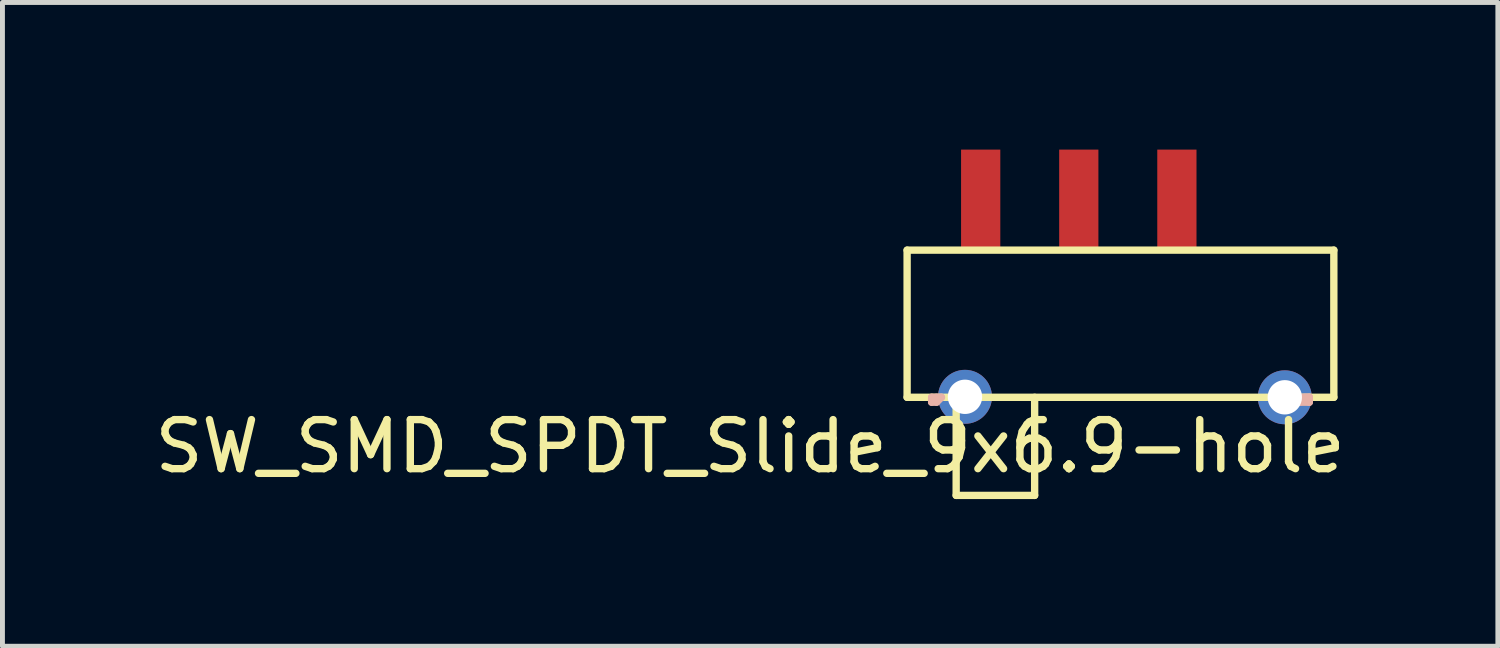
<source format=kicad_pcb>
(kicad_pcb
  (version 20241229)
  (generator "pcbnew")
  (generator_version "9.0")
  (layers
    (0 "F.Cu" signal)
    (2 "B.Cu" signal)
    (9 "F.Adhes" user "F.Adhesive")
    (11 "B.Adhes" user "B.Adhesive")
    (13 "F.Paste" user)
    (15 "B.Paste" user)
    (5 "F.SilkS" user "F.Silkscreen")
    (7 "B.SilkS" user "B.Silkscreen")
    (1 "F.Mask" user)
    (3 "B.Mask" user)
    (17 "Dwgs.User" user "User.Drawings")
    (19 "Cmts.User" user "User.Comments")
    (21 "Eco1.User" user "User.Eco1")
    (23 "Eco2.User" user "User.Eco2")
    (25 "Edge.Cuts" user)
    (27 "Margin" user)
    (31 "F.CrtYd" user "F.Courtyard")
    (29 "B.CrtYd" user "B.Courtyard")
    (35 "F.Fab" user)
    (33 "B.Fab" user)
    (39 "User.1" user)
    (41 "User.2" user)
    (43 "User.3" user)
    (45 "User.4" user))
  (footprint "SW_SMD_SPDT_Slide_9x6.9-hole"
    (layer "F.Cu")
    (at 15.444 2.05)
    (property "Reference" "SW_SMD_SPDT_Slide_9x6.9-hole" (at -3.2 4 180) (layer "F.SilkS") (effects (font (size 1 1) (thickness 0.15))))
    (attr through_hole)
    (fp_line (start 0 0) (end 8.7 0) (stroke (width 0.15) (type solid)) (layer "F.SilkS"))
    (fp_line (start 0 3) (end 0 0) (stroke (width 0.15) (type solid)) (layer "F.SilkS"))
    (fp_line (start 1 3) (end 1 5) (stroke (width 0.15) (type solid)) (layer "F.SilkS"))
    (fp_line (start 1 5) (end 2.6 5) (stroke (width 0.15) (type solid)) (layer "F.SilkS"))
    (fp_line (start 2.6 5) (end 2.6 3) (stroke (width 0.15) (type solid)) (layer "F.SilkS"))
    (fp_line (start 8.7 0) (end 8.7 3) (stroke (width 0.15) (type solid)) (layer "F.SilkS"))
    (fp_line (start 8.7 3) (end 0 3) (stroke (width 0.15) (type solid)) (layer "F.SilkS"))
    (fp_line (start 0.5 3) (end 0.5 3.1) (stroke (width 0.15) (type solid)) (layer "B.SilkS"))
    (fp_line (start 0.5 3.1) (end 0.6 3.1) (stroke (width 0.15) (type solid)) (layer "B.SilkS"))
    (fp_line (start 0.6 3) (end 0.5 3) (stroke (width 0.15) (type solid)) (layer "B.SilkS"))
    (fp_line (start 0.6 3.1) (end 0.7 3) (stroke (width 0.15) (type solid)) (layer "B.SilkS"))
    (fp_line (start 0.7 3) (end 0.6 3) (stroke (width 0.15) (type solid)) (layer "B.SilkS"))
    (fp_line (start 8 3) (end 8.2 3) (stroke (width 0.15) (type solid)) (layer "B.SilkS"))
    (fp_line (start 8 3.1) (end 8 3) (stroke (width 0.15) (type solid)) (layer "B.SilkS"))
    (fp_line (start 8.2 3) (end 8.1 3) (stroke (width 0.15) (type solid)) (layer "B.SilkS"))
    (fp_line (start 8.2 3) (end 8.2 3.1) (stroke (width 0.15) (type solid)) (layer "B.SilkS"))
    (fp_line (start 8.2 3.1) (end 8 3.1) (stroke (width 0.15) (type solid)) (layer "B.SilkS"))
    (fp_line (start 0.7 3) (end 0.7 3.1) (stroke (width 0.15) (type solid)) (layer "F.Paste"))
    (pad "1" smd rect (at 1.5 -1) (size 0.8 2.1) (layers "F.Cu" "F.Mask" "F.Paste"))
    (pad "2" smd rect (at 3.5 -1) (size 0.8 2.1) (layers "F.Cu" "F.Mask" "F.Paste"))
    (pad "3" smd rect (at 5.5 -1) (size 0.8 2.1) (layers "F.Cu" "F.Mask" "F.Paste"))
    (pad "4" thru_hole circle (at 7.7 3) (size 1.1 1.1) (drill 0.7) (layers "*.Cu" "*.Mask"))
    (pad "5" thru_hole circle (at 1.18 2.99) (size 1.1 1.1) (drill 0.7) (layers "*.Cu" "*.Mask")))
  (gr_rect
    (start -3 -3)
    (end 27.488 10.125)
    (stroke (width 0.1) (type default))
    (fill no)
    (layer "Edge.Cuts")))
</source>
